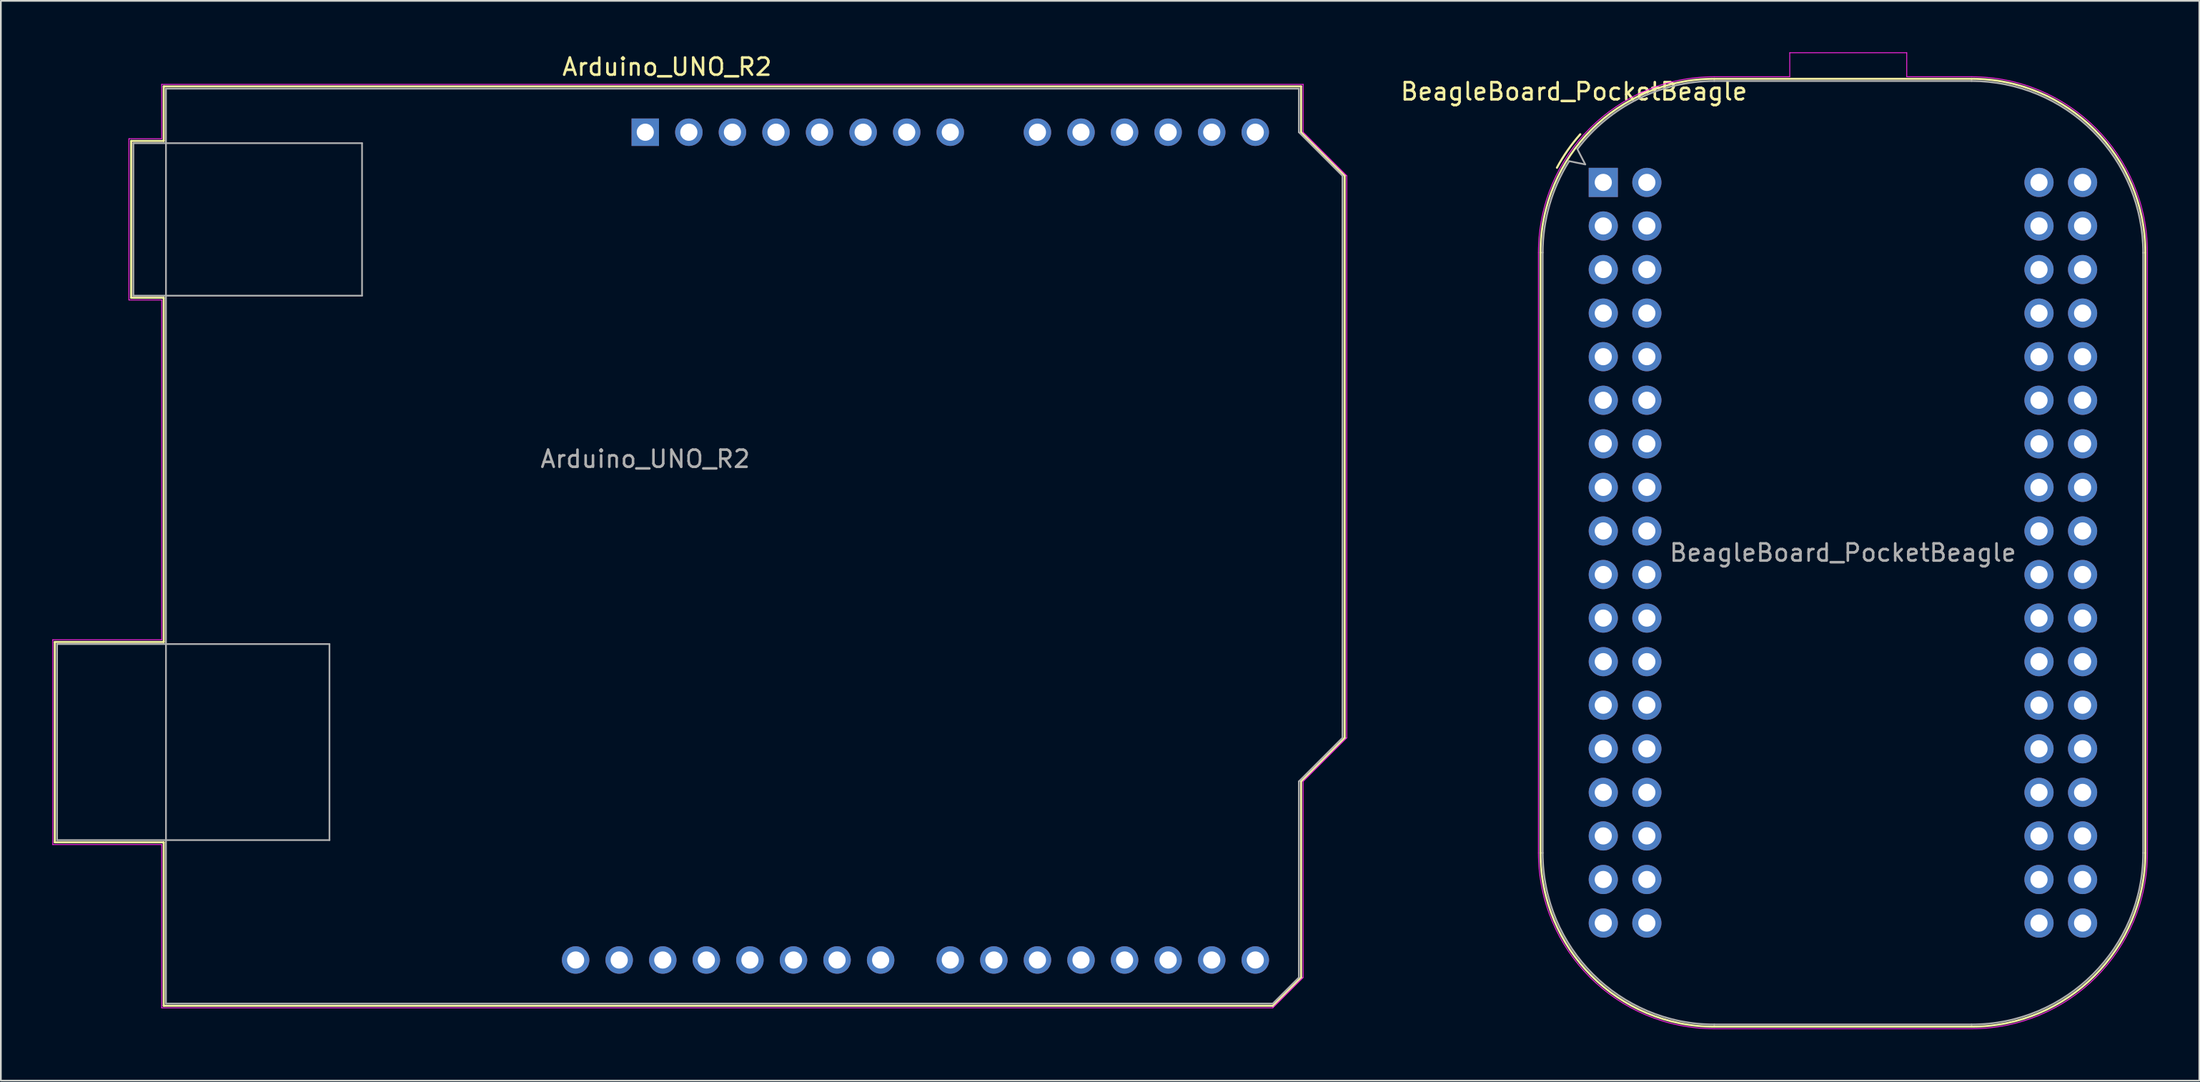
<source format=kicad_pcb>
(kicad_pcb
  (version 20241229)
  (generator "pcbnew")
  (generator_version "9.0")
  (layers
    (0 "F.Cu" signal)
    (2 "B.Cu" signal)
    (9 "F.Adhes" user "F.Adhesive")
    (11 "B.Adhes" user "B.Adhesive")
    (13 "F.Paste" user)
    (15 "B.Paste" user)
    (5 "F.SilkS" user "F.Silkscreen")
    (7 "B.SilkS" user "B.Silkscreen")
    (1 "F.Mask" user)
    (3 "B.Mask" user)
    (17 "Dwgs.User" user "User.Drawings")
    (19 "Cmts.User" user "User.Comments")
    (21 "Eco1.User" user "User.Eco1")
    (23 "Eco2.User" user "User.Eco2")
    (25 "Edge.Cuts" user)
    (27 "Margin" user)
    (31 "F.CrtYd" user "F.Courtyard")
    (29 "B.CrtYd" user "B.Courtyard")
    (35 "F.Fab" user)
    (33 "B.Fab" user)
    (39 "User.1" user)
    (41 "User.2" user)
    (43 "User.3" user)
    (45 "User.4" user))
  (footprint "Arduino_UNO_R2"
    (layer "F.Cu")
    (at 34.565 4.658)
    (property "Reference" "Arduino_UNO_R2" (at 1.27 -3.81 180) (layer "F.SilkS") (effects (font (size 1 1) (thickness 0.15))))
    (attr through_hole)
    (fp_line (start -34.42 29.72) (end -34.42 41.4) (stroke (width 0.12) (type solid)) (layer "F.SilkS"))
    (fp_line (start -34.42 41.4) (end -28.07 41.4) (stroke (width 0.12) (type solid)) (layer "F.SilkS"))
    (fp_line (start -29.97 0.51) (end -29.97 9.65) (stroke (width 0.12) (type solid)) (layer "F.SilkS"))
    (fp_line (start -29.97 9.65) (end -28.07 9.65) (stroke (width 0.12) (type solid)) (layer "F.SilkS"))
    (fp_line (start -28.07 -2.67) (end -28.07 0.51) (stroke (width 0.12) (type solid)) (layer "F.SilkS"))
    (fp_line (start -28.07 0.51) (end -29.97 0.51) (stroke (width 0.12) (type solid)) (layer "F.SilkS"))
    (fp_line (start -28.07 9.65) (end -28.07 29.72) (stroke (width 0.12) (type solid)) (layer "F.SilkS"))
    (fp_line (start -28.07 29.72) (end -34.42 29.72) (stroke (width 0.12) (type solid)) (layer "F.SilkS"))
    (fp_line (start -28.07 41.4) (end -28.07 50.93) (stroke (width 0.12) (type solid)) (layer "F.SilkS"))
    (fp_line (start -28.07 50.93) (end 36.58 50.93) (stroke (width 0.12) (type solid)) (layer "F.SilkS"))
    (fp_line (start 36.58 50.93) (end 38.23 49.28) (stroke (width 0.12) (type solid)) (layer "F.SilkS"))
    (fp_line (start 38.23 -2.67) (end -28.07 -2.67) (stroke (width 0.12) (type solid)) (layer "F.SilkS"))
    (fp_line (start 38.23 0) (end 38.23 -2.67) (stroke (width 0.12) (type solid)) (layer "F.SilkS"))
    (fp_line (start 38.23 37.85) (end 40.77 35.31) (stroke (width 0.12) (type solid)) (layer "F.SilkS"))
    (fp_line (start 38.23 49.28) (end 38.23 37.85) (stroke (width 0.12) (type solid)) (layer "F.SilkS"))
    (fp_line (start 40.77 2.54) (end 38.23 0) (stroke (width 0.12) (type solid)) (layer "F.SilkS"))
    (fp_line (start 40.77 35.31) (end 40.77 2.54) (stroke (width 0.12) (type solid)) (layer "F.SilkS"))
    (fp_line (start -34.54 29.59) (end -28.19 29.59) (stroke (width 0.05) (type solid)) (layer "F.CrtYd"))
    (fp_line (start -34.54 41.53) (end -34.54 29.59) (stroke (width 0.05) (type solid)) (layer "F.CrtYd"))
    (fp_line (start -30.1 0.38) (end -28.19 0.38) (stroke (width 0.05) (type solid)) (layer "F.CrtYd"))
    (fp_line (start -30.1 9.78) (end -30.1 0.38) (stroke (width 0.05) (type solid)) (layer "F.CrtYd"))
    (fp_line (start -28.19 -2.79) (end 38.35 -2.79) (stroke (width 0.05) (type solid)) (layer "F.CrtYd"))
    (fp_line (start -28.19 0.38) (end -28.19 -2.79) (stroke (width 0.05) (type solid)) (layer "F.CrtYd"))
    (fp_line (start -28.19 9.78) (end -30.1 9.78) (stroke (width 0.05) (type solid)) (layer "F.CrtYd"))
    (fp_line (start -28.19 29.59) (end -28.19 9.78) (stroke (width 0.05) (type solid)) (layer "F.CrtYd"))
    (fp_line (start -28.19 41.53) (end -34.54 41.53) (stroke (width 0.05) (type solid)) (layer "F.CrtYd"))
    (fp_line (start -28.19 51.05) (end -28.19 41.53) (stroke (width 0.05) (type solid)) (layer "F.CrtYd"))
    (fp_line (start 36.58 51.05) (end -28.19 51.05) (stroke (width 0.05) (type solid)) (layer "F.CrtYd"))
    (fp_line (start 38.35 -2.79) (end 38.35 0) (stroke (width 0.05) (type solid)) (layer "F.CrtYd"))
    (fp_line (start 38.35 0) (end 40.89 2.54) (stroke (width 0.05) (type solid)) (layer "F.CrtYd"))
    (fp_line (start 38.35 37.85) (end 38.35 49.28) (stroke (width 0.05) (type solid)) (layer "F.CrtYd"))
    (fp_line (start 38.35 49.28) (end 36.58 51.05) (stroke (width 0.05) (type solid)) (layer "F.CrtYd"))
    (fp_line (start 40.89 2.54) (end 40.89 35.31) (stroke (width 0.05) (type solid)) (layer "F.CrtYd"))
    (fp_line (start 40.89 35.31) (end 38.35 37.85) (stroke (width 0.05) (type solid)) (layer "F.CrtYd"))
    (fp_line (start -34.29 29.84) (end -18.41 29.84) (stroke (width 0.1) (type solid)) (layer "F.Fab"))
    (fp_line (start -34.29 41.27) (end -34.29 29.84) (stroke (width 0.1) (type solid)) (layer "F.Fab"))
    (fp_line (start -29.84 0.64) (end -16.51 0.64) (stroke (width 0.1) (type solid)) (layer "F.Fab"))
    (fp_line (start -29.84 9.53) (end -29.84 0.64) (stroke (width 0.1) (type solid)) (layer "F.Fab"))
    (fp_line (start -27.94 -2.54) (end 38.1 -2.54) (stroke (width 0.1) (type solid)) (layer "F.Fab"))
    (fp_line (start -27.94 50.8) (end -27.94 -2.54) (stroke (width 0.1) (type solid)) (layer "F.Fab"))
    (fp_line (start -18.41 29.84) (end -18.41 41.27) (stroke (width 0.1) (type solid)) (layer "F.Fab"))
    (fp_line (start -18.41 41.27) (end -34.29 41.27) (stroke (width 0.1) (type solid)) (layer "F.Fab"))
    (fp_line (start -16.51 0.64) (end -16.51 9.53) (stroke (width 0.1) (type solid)) (layer "F.Fab"))
    (fp_line (start -16.51 9.53) (end -29.84 9.53) (stroke (width 0.1) (type solid)) (layer "F.Fab"))
    (fp_line (start 36.58 50.8) (end -27.94 50.8) (stroke (width 0.1) (type solid)) (layer "F.Fab"))
    (fp_line (start 38.1 -2.54) (end 38.1 0) (stroke (width 0.1) (type solid)) (layer "F.Fab"))
    (fp_line (start 38.1 0) (end 40.64 2.54) (stroke (width 0.1) (type solid)) (layer "F.Fab"))
    (fp_line (start 38.1 37.85) (end 38.1 49.28) (stroke (width 0.1) (type solid)) (layer "F.Fab"))
    (fp_line (start 38.1 49.28) (end 36.58 50.8) (stroke (width 0.1) (type solid)) (layer "F.Fab"))
    (fp_line (start 40.64 2.54) (end 40.64 35.31) (stroke (width 0.1) (type solid)) (layer "F.Fab"))
    (fp_line (start 40.64 35.31) (end 38.1 37.85) (stroke (width 0.1) (type solid)) (layer "F.Fab"))
    (fp_text user "${REFERENCE}" (at 0 19.05 180) (layer "F.Fab") (effects (font (size 1 1) (thickness 0.15))))
    (pad "1" thru_hole rect (at 0 0 90) (size 1.6 1.6) (drill 1) (layers "*.Cu" "*.Mask"))
    (pad "2" thru_hole oval (at 2.54 0 90) (size 1.6 1.6) (drill 1) (layers "*.Cu" "*.Mask"))
    (pad "3" thru_hole oval (at 5.08 0 90) (size 1.6 1.6) (drill 1) (layers "*.Cu" "*.Mask"))
    (pad "4" thru_hole oval (at 7.62 0 90) (size 1.6 1.6) (drill 1) (layers "*.Cu" "*.Mask"))
    (pad "5" thru_hole oval (at 10.16 0 90) (size 1.6 1.6) (drill 1) (layers "*.Cu" "*.Mask"))
    (pad "6" thru_hole oval (at 12.7 0 90) (size 1.6 1.6) (drill 1) (layers "*.Cu" "*.Mask"))
    (pad "7" thru_hole oval (at 15.24 0 90) (size 1.6 1.6) (drill 1) (layers "*.Cu" "*.Mask"))
    (pad "8" thru_hole oval (at 17.78 0 90) (size 1.6 1.6) (drill 1) (layers "*.Cu" "*.Mask"))
    (pad "9" thru_hole oval (at 22.86 0 90) (size 1.6 1.6) (drill 1) (layers "*.Cu" "*.Mask"))
    (pad "10" thru_hole oval (at 25.4 0 90) (size 1.6 1.6) (drill 1) (layers "*.Cu" "*.Mask"))
    (pad "11" thru_hole oval (at 27.94 0 90) (size 1.6 1.6) (drill 1) (layers "*.Cu" "*.Mask"))
    (pad "12" thru_hole oval (at 30.48 0 90) (size 1.6 1.6) (drill 1) (layers "*.Cu" "*.Mask"))
    (pad "13" thru_hole oval (at 33.02 0 90) (size 1.6 1.6) (drill 1) (layers "*.Cu" "*.Mask"))
    (pad "14" thru_hole oval (at 35.56 0 90) (size 1.6 1.6) (drill 1) (layers "*.Cu" "*.Mask"))
    (pad "15" thru_hole oval (at 35.56 48.26 90) (size 1.6 1.6) (drill 1) (layers "*.Cu" "*.Mask"))
    (pad "16" thru_hole oval (at 33.02 48.26 90) (size 1.6 1.6) (drill 1) (layers "*.Cu" "*.Mask"))
    (pad "17" thru_hole oval (at 30.48 48.26 90) (size 1.6 1.6) (drill 1) (layers "*.Cu" "*.Mask"))
    (pad "18" thru_hole oval (at 27.94 48.26 90) (size 1.6 1.6) (drill 1) (layers "*.Cu" "*.Mask"))
    (pad "19" thru_hole oval (at 25.4 48.26 90) (size 1.6 1.6) (drill 1) (layers "*.Cu" "*.Mask"))
    (pad "20" thru_hole oval (at 22.86 48.26 90) (size 1.6 1.6) (drill 1) (layers "*.Cu" "*.Mask"))
    (pad "21" thru_hole oval (at 20.32 48.26 90) (size 1.6 1.6) (drill 1) (layers "*.Cu" "*.Mask"))
    (pad "22" thru_hole oval (at 17.78 48.26 90) (size 1.6 1.6) (drill 1) (layers "*.Cu" "*.Mask"))
    (pad "23" thru_hole oval (at 13.72 48.26 90) (size 1.6 1.6) (drill 1) (layers "*.Cu" "*.Mask"))
    (pad "24" thru_hole oval (at 11.18 48.26 90) (size 1.6 1.6) (drill 1) (layers "*.Cu" "*.Mask"))
    (pad "25" thru_hole oval (at 8.64 48.26 90) (size 1.6 1.6) (drill 1) (layers "*.Cu" "*.Mask"))
    (pad "26" thru_hole oval (at 6.1 48.26 90) (size 1.6 1.6) (drill 1) (layers "*.Cu" "*.Mask"))
    (pad "27" thru_hole oval (at 3.56 48.26 90) (size 1.6 1.6) (drill 1) (layers "*.Cu" "*.Mask"))
    (pad "28" thru_hole oval (at 1.02 48.26 90) (size 1.6 1.6) (drill 1) (layers "*.Cu" "*.Mask"))
    (pad "29" thru_hole oval (at -1.52 48.26 90) (size 1.6 1.6) (drill 1) (layers "*.Cu" "*.Mask"))
    (pad "30" thru_hole oval (at -4.06 48.26 90) (size 1.6 1.6) (drill 1) (layers "*.Cu" "*.Mask")))
  (footprint "BeagleBoard_PocketBeagle"
    (layer "F.Cu")
    (at 90.41 7.585)
    (property "Reference" "BeagleBoard_PocketBeagle" (at -1.71 -5.3 180) (layer "F.SilkS") (effects (font (size 1 1) (thickness 0.15))))
    (attr through_hole)
    (fp_line (start -3.66 39.09) (end -3.66 4.09) (stroke (width 0.12) (type solid)) (layer "F.SilkS"))
    (fp_line (start 6.47 -6.04) (end 21.47 -6.04) (stroke (width 0.12) (type solid)) (layer "F.SilkS"))
    (fp_line (start 6.47 49.22) (end 21.47 49.22) (stroke (width 0.12) (type solid)) (layer "F.SilkS"))
    (fp_line (start 31.6 4.09) (end 31.6 39.09) (stroke (width 0.12) (type solid)) (layer "F.SilkS"))
    (fp_arc (start -3.66 4.09) (mid -0.692992 -3.072992) (end 6.47 -6.04) (stroke (width 0.12) (type solid)) (layer "F.SilkS"))
    (fp_arc (start -2.702916 -0.856081) (mid -2.077474 -1.872113) (end -1.34 -2.81) (stroke (width 0.12) (type solid)) (layer "F.SilkS"))
    (fp_arc (start 6.47 49.22) (mid -0.692992 46.252992) (end -3.66 39.09) (stroke (width 0.12) (type solid)) (layer "F.SilkS"))
    (fp_arc (start 21.47 -6.04) (mid 28.632992 -3.072992) (end 31.6 4.09) (stroke (width 0.12) (type solid)) (layer "F.SilkS"))
    (fp_arc (start 31.6 39.09) (mid 28.632992 46.252992) (end 21.47 49.22) (stroke (width 0.12) (type solid)) (layer "F.SilkS"))
    (fp_line (start -3.78 4.09) (end -3.78 39.09) (stroke (width 0.05) (type solid)) (layer "F.CrtYd"))
    (fp_line (start 6.47 49.34) (end 21.47 49.34) (stroke (width 0.05) (type solid)) (layer "F.CrtYd"))
    (fp_line (start 10.87 -7.56) (end 17.69 -7.56) (stroke (width 0.05) (type solid)) (layer "F.CrtYd"))
    (fp_line (start 10.87 -6.16) (end 6.47 -6.16) (stroke (width 0.05) (type solid)) (layer "F.CrtYd"))
    (fp_line (start 10.87 -6.16) (end 10.87 -7.56) (stroke (width 0.05) (type solid)) (layer "F.CrtYd"))
    (fp_line (start 17.69 -6.16) (end 17.69 -7.56) (stroke (width 0.05) (type solid)) (layer "F.CrtYd"))
    (fp_line (start 21.47 -6.16) (end 17.69 -6.16) (stroke (width 0.05) (type solid)) (layer "F.CrtYd"))
    (fp_line (start 31.72 4.09) (end 31.72 39.09) (stroke (width 0.05) (type solid)) (layer "F.CrtYd"))
    (fp_arc (start -3.78 4.09) (mid -0.777845 -3.157845) (end 6.47 -6.16) (stroke (width 0.05) (type solid)) (layer "F.CrtYd"))
    (fp_arc (start 6.47 49.34) (mid -0.777845 46.337845) (end -3.78 39.09) (stroke (width 0.05) (type solid)) (layer "F.CrtYd"))
    (fp_arc (start 21.47 -6.16) (mid 28.717845 -3.157845) (end 31.72 4.09) (stroke (width 0.05) (type solid)) (layer "F.CrtYd"))
    (fp_arc (start 31.72 39.09) (mid 28.717845 46.337845) (end 21.47 49.34) (stroke (width 0.05) (type solid)) (layer "F.CrtYd"))
    (fp_line (start -3.53 4.09) (end -3.53 39.09) (stroke (width 0.1) (type solid)) (layer "F.Fab"))
    (fp_line (start -1.51 -1.94) (end -1.05 -1.05) (stroke (width 0.1) (type solid)) (layer "F.Fab"))
    (fp_line (start -1.05 -1.05) (end -1.99 -1.24) (stroke (width 0.1) (type solid)) (layer "F.Fab"))
    (fp_line (start 6.47 -5.91) (end 21.47 -5.91) (stroke (width 0.1) (type solid)) (layer "F.Fab"))
    (fp_line (start 6.47 49.09) (end 21.47 49.09) (stroke (width 0.1) (type solid)) (layer "F.Fab"))
    (fp_line (start 31.47 4.09) (end 31.47 39.09) (stroke (width 0.1) (type solid)) (layer "F.Fab"))
    (fp_arc (start -3.529025 4.09) (mid -3.136567 1.316126) (end -1.99 -1.24) (stroke (width 0.1) (type solid)) (layer "F.Fab"))
    (fp_arc (start -1.505888 -1.942016) (mid 2.015797 -4.863216) (end 6.47 -5.91) (stroke (width 0.1) (type solid)) (layer "F.Fab"))
    (fp_arc (start 6.47 49.09) (mid -0.601068 46.161068) (end -3.53 39.09) (stroke (width 0.1) (type solid)) (layer "F.Fab"))
    (fp_arc (start 21.472547 -5.91002) (mid 28.549049 -2.973106) (end 31.47 4.11) (stroke (width 0.1) (type solid)) (layer "F.Fab"))
    (fp_arc (start 31.47 39.09) (mid 28.541068 46.161068) (end 21.47 49.09) (stroke (width 0.1) (type solid)) (layer "F.Fab"))
    (fp_text user "${REFERENCE}" (at 13.97 21.59 180) (layer "F.Fab") (effects (font (size 1 1) (thickness 0.15))))
    (pad "1" thru_hole rect (at 0 0) (size 1.7 1.7) (drill 1) (layers "*.Cu" "*.Mask"))
    (pad "2" thru_hole oval (at 2.54 0) (size 1.7 1.7) (drill 1) (layers "*.Cu" "*.Mask"))
    (pad "3" thru_hole oval (at 0 2.54) (size 1.7 1.7) (drill 1) (layers "*.Cu" "*.Mask"))
    (pad "4" thru_hole oval (at 2.54 2.54) (size 1.7 1.7) (drill 1) (layers "*.Cu" "*.Mask"))
    (pad "5" thru_hole oval (at 0 5.08) (size 1.7 1.7) (drill 1) (layers "*.Cu" "*.Mask"))
    (pad "6" thru_hole oval (at 2.54 5.08) (size 1.7 1.7) (drill 1) (layers "*.Cu" "*.Mask"))
    (pad "7" thru_hole oval (at 0 7.62) (size 1.7 1.7) (drill 1) (layers "*.Cu" "*.Mask"))
    (pad "8" thru_hole oval (at 2.54 7.62) (size 1.7 1.7) (drill 1) (layers "*.Cu" "*.Mask"))
    (pad "9" thru_hole oval (at 0 10.16) (size 1.7 1.7) (drill 1) (layers "*.Cu" "*.Mask"))
    (pad "10" thru_hole oval (at 2.54 10.16) (size 1.7 1.7) (drill 1) (layers "*.Cu" "*.Mask"))
    (pad "11" thru_hole oval (at 0 12.7) (size 1.7 1.7) (drill 1) (layers "*.Cu" "*.Mask"))
    (pad "12" thru_hole oval (at 2.54 12.7) (size 1.7 1.7) (drill 1) (layers "*.Cu" "*.Mask"))
    (pad "13" thru_hole oval (at 0 15.24) (size 1.7 1.7) (drill 1) (layers "*.Cu" "*.Mask"))
    (pad "14" thru_hole oval (at 2.54 15.24) (size 1.7 1.7) (drill 1) (layers "*.Cu" "*.Mask"))
    (pad "15" thru_hole oval (at 0 17.78) (size 1.7 1.7) (drill 1) (layers "*.Cu" "*.Mask"))
    (pad "16" thru_hole oval (at 2.54 17.78) (size 1.7 1.7) (drill 1) (layers "*.Cu" "*.Mask"))
    (pad "17" thru_hole oval (at 0 20.32) (size 1.7 1.7) (drill 1) (layers "*.Cu" "*.Mask"))
    (pad "18" thru_hole oval (at 2.54 20.32) (size 1.7 1.7) (drill 1) (layers "*.Cu" "*.Mask"))
    (pad "19" thru_hole oval (at 0 22.86) (size 1.7 1.7) (drill 1) (layers "*.Cu" "*.Mask"))
    (pad "20" thru_hole oval (at 2.54 22.86) (size 1.7 1.7) (drill 1) (layers "*.Cu" "*.Mask"))
    (pad "21" thru_hole oval (at 0 25.4) (size 1.7 1.7) (drill 1) (layers "*.Cu" "*.Mask"))
    (pad "22" thru_hole oval (at 2.54 25.4) (size 1.7 1.7) (drill 1) (layers "*.Cu" "*.Mask"))
    (pad "23" thru_hole oval (at 0 27.94) (size 1.7 1.7) (drill 1) (layers "*.Cu" "*.Mask"))
    (pad "24" thru_hole oval (at 2.54 27.94) (size 1.7 1.7) (drill 1) (layers "*.Cu" "*.Mask"))
    (pad "25" thru_hole oval (at 0 30.48) (size 1.7 1.7) (drill 1) (layers "*.Cu" "*.Mask"))
    (pad "26" thru_hole oval (at 2.54 30.48) (size 1.7 1.7) (drill 1) (layers "*.Cu" "*.Mask"))
    (pad "27" thru_hole oval (at 0 33.02) (size 1.7 1.7) (drill 1) (layers "*.Cu" "*.Mask"))
    (pad "28" thru_hole oval (at 2.54 33.02) (size 1.7 1.7) (drill 1) (layers "*.Cu" "*.Mask"))
    (pad "29" thru_hole oval (at 0 35.56) (size 1.7 1.7) (drill 1) (layers "*.Cu" "*.Mask"))
    (pad "30" thru_hole oval (at 2.54 35.56) (size 1.7 1.7) (drill 1) (layers "*.Cu" "*.Mask"))
    (pad "31" thru_hole oval (at 0 38.1) (size 1.7 1.7) (drill 1) (layers "*.Cu" "*.Mask"))
    (pad "32" thru_hole oval (at 2.54 38.1) (size 1.7 1.7) (drill 1) (layers "*.Cu" "*.Mask"))
    (pad "33" thru_hole oval (at 0 40.64) (size 1.7 1.7) (drill 1) (layers "*.Cu" "*.Mask"))
    (pad "34" thru_hole oval (at 2.54 40.64) (size 1.7 1.7) (drill 1) (layers "*.Cu" "*.Mask"))
    (pad "35" thru_hole oval (at 0 43.18) (size 1.7 1.7) (drill 1) (layers "*.Cu" "*.Mask"))
    (pad "36" thru_hole oval (at 2.54 43.18) (size 1.7 1.7) (drill 1) (layers "*.Cu" "*.Mask"))
    (pad "37" thru_hole circle (at 25.4 0) (size 1.7 1.7) (drill 1) (layers "*.Cu" "*.Mask"))
    (pad "38" thru_hole oval (at 27.94 0) (size 1.7 1.7) (drill 1) (layers "*.Cu" "*.Mask"))
    (pad "39" thru_hole oval (at 25.4 2.54) (size 1.7 1.7) (drill 1) (layers "*.Cu" "*.Mask"))
    (pad "40" thru_hole oval (at 27.94 2.54) (size 1.7 1.7) (drill 1) (layers "*.Cu" "*.Mask"))
    (pad "41" thru_hole oval (at 25.4 5.08) (size 1.7 1.7) (drill 1) (layers "*.Cu" "*.Mask"))
    (pad "42" thru_hole oval (at 27.94 5.08) (size 1.7 1.7) (drill 1) (layers "*.Cu" "*.Mask"))
    (pad "43" thru_hole oval (at 25.4 7.62) (size 1.7 1.7) (drill 1) (layers "*.Cu" "*.Mask"))
    (pad "44" thru_hole oval (at 27.94 7.62) (size 1.7 1.7) (drill 1) (layers "*.Cu" "*.Mask"))
    (pad "45" thru_hole oval (at 25.4 10.16) (size 1.7 1.7) (drill 1) (layers "*.Cu" "*.Mask"))
    (pad "46" thru_hole oval (at 27.94 10.16) (size 1.7 1.7) (drill 1) (layers "*.Cu" "*.Mask"))
    (pad "47" thru_hole oval (at 25.4 12.7) (size 1.7 1.7) (drill 1) (layers "*.Cu" "*.Mask"))
    (pad "48" thru_hole oval (at 27.94 12.7) (size 1.7 1.7) (drill 1) (layers "*.Cu" "*.Mask"))
    (pad "49" thru_hole oval (at 25.4 15.24) (size 1.7 1.7) (drill 1) (layers "*.Cu" "*.Mask"))
    (pad "50" thru_hole oval (at 27.94 15.24) (size 1.7 1.7) (drill 1) (layers "*.Cu" "*.Mask"))
    (pad "51" thru_hole oval (at 25.4 17.78) (size 1.7 1.7) (drill 1) (layers "*.Cu" "*.Mask"))
    (pad "52" thru_hole oval (at 27.94 17.78) (size 1.7 1.7) (drill 1) (layers "*.Cu" "*.Mask"))
    (pad "53" thru_hole oval (at 25.4 20.32) (size 1.7 1.7) (drill 1) (layers "*.Cu" "*.Mask"))
    (pad "54" thru_hole oval (at 27.94 20.32) (size 1.7 1.7) (drill 1) (layers "*.Cu" "*.Mask"))
    (pad "55" thru_hole oval (at 25.4 22.86) (size 1.7 1.7) (drill 1) (layers "*.Cu" "*.Mask"))
    (pad "56" thru_hole oval (at 27.94 22.86) (size 1.7 1.7) (drill 1) (layers "*.Cu" "*.Mask"))
    (pad "57" thru_hole oval (at 25.4 25.4) (size 1.7 1.7) (drill 1) (layers "*.Cu" "*.Mask"))
    (pad "58" thru_hole oval (at 27.94 25.4) (size 1.7 1.7) (drill 1) (layers "*.Cu" "*.Mask"))
    (pad "59" thru_hole oval (at 25.4 27.94) (size 1.7 1.7) (drill 1) (layers "*.Cu" "*.Mask"))
    (pad "60" thru_hole oval (at 27.94 27.94) (size 1.7 1.7) (drill 1) (layers "*.Cu" "*.Mask"))
    (pad "61" thru_hole oval (at 25.4 30.48) (size 1.7 1.7) (drill 1) (layers "*.Cu" "*.Mask"))
    (pad "62" thru_hole oval (at 27.94 30.48) (size 1.7 1.7) (drill 1) (layers "*.Cu" "*.Mask"))
    (pad "63" thru_hole oval (at 25.4 33.02) (size 1.7 1.7) (drill 1) (layers "*.Cu" "*.Mask"))
    (pad "64" thru_hole oval (at 27.94 33.02) (size 1.7 1.7) (drill 1) (layers "*.Cu" "*.Mask"))
    (pad "65" thru_hole oval (at 25.4 35.56) (size 1.7 1.7) (drill 1) (layers "*.Cu" "*.Mask"))
    (pad "66" thru_hole oval (at 27.94 35.56) (size 1.7 1.7) (drill 1) (layers "*.Cu" "*.Mask"))
    (pad "67" thru_hole oval (at 25.4 38.1) (size 1.7 1.7) (drill 1) (layers "*.Cu" "*.Mask"))
    (pad "68" thru_hole oval (at 27.94 38.1) (size 1.7 1.7) (drill 1) (layers "*.Cu" "*.Mask"))
    (pad "69" thru_hole oval (at 25.4 40.64) (size 1.7 1.7) (drill 1) (layers "*.Cu" "*.Mask"))
    (pad "70" thru_hole oval (at 27.94 40.64) (size 1.7 1.7) (drill 1) (layers "*.Cu" "*.Mask"))
    (pad "71" thru_hole oval (at 25.4 43.18) (size 1.7 1.7) (drill 1) (layers "*.Cu" "*.Mask"))
    (pad "72" thru_hole oval (at 27.94 43.18) (size 1.7 1.7) (drill 1) (layers "*.Cu" "*.Mask")))
  (gr_rect
    (start -3 -3)
    (end 125.155 59.95)
    (stroke (width 0.1) (type default))
    (fill no)
    (layer "Edge.Cuts")))
</source>
